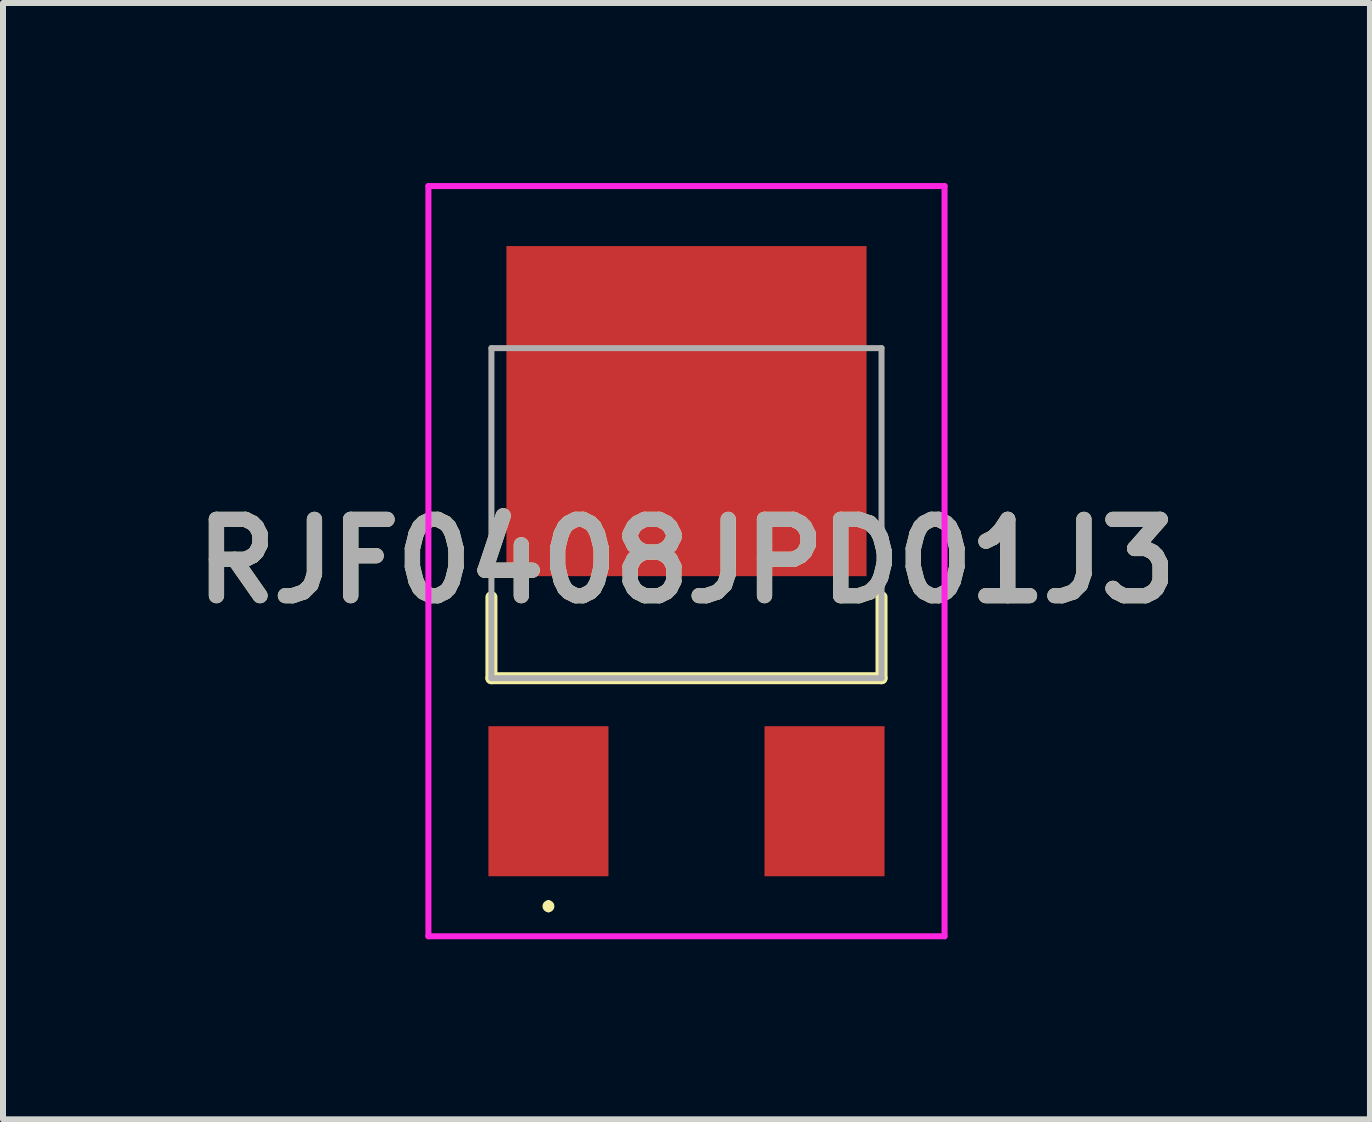
<source format=kicad_pcb>
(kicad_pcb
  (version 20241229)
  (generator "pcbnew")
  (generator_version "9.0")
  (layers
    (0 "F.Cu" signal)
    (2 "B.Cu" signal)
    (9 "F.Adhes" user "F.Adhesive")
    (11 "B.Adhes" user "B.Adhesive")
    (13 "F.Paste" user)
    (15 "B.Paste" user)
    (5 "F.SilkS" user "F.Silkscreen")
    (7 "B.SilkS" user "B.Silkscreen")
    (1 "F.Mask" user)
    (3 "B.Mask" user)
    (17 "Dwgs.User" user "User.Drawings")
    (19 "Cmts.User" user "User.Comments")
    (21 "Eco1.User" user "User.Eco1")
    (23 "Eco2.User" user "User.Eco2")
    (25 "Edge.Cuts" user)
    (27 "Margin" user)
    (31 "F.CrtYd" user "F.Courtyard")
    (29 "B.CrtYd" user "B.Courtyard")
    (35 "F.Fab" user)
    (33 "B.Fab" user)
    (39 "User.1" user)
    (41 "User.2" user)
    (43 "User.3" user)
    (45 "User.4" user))
  (footprint "RJF0408JPD01J3"
    (layer "F.Cu")
    (at 8.388 5.5)
    (property "Reference" "RJF0408JPD01J3" (at 0 0.8 0) (layer "F.SilkS") (effects (font (size 1.27 1.27) (thickness 0.254))))
    (attr smd)
    (fp_line (start -3.25 1.4) (end -3.25 2.75) (stroke (width 0.2) (type solid)) (layer "F.SilkS"))
    (fp_line (start -3.25 2.75) (end 3.25 2.75) (stroke (width 0.2) (type solid)) (layer "F.SilkS"))
    (fp_line (start -2.3 6.5) (end -2.3 6.5) (stroke (width 0.1) (type solid)) (layer "F.SilkS"))
    (fp_line (start -2.3 6.6) (end -2.3 6.6) (stroke (width 0.1) (type solid)) (layer "F.SilkS"))
    (fp_line (start 3.25 2.75) (end 3.25 1.4) (stroke (width 0.2) (type solid)) (layer "F.SilkS"))
    (fp_arc (start -2.3 6.5) (mid -2.25 6.55) (end -2.3 6.6) (stroke (width 0.1) (type solid)) (layer "F.SilkS"))
    (fp_arc (start -2.3 6.6) (mid -2.35 6.55) (end -2.3 6.5) (stroke (width 0.1) (type solid)) (layer "F.SilkS"))
    (fp_line (start -4.3 -5.45) (end 4.3 -5.45) (stroke (width 0.1) (type solid)) (layer "F.CrtYd"))
    (fp_line (start -4.3 7.05) (end -4.3 -5.45) (stroke (width 0.1) (type solid)) (layer "F.CrtYd"))
    (fp_line (start 4.3 -5.45) (end 4.3 7.05) (stroke (width 0.1) (type solid)) (layer "F.CrtYd"))
    (fp_line (start 4.3 7.05) (end -4.3 7.05) (stroke (width 0.1) (type solid)) (layer "F.CrtYd"))
    (fp_line (start -3.25 -2.75) (end 3.25 -2.75) (stroke (width 0.1) (type solid)) (layer "F.Fab"))
    (fp_line (start -3.25 2.75) (end -3.25 -2.75) (stroke (width 0.1) (type solid)) (layer "F.Fab"))
    (fp_line (start 3.25 -2.75) (end 3.25 2.75) (stroke (width 0.1) (type solid)) (layer "F.Fab"))
    (fp_line (start 3.25 2.75) (end -3.25 2.75) (stroke (width 0.1) (type solid)) (layer "F.Fab"))
    (fp_text user "${REFERENCE}" (at 0 0.8 0) (layer "F.Fab") (effects (font (size 1.27 1.27) (thickness 0.254))))
    (pad "1" smd rect (at -2.3 4.8) (size 2 2.5) (layers "F.Cu" "F.Mask" "F.Paste"))
    (pad "2" smd rect (at 0 -1.7 90) (size 5.5 6) (layers "F.Cu" "F.Mask" "F.Paste"))
    (pad "3" smd rect (at 2.3 4.8) (size 2 2.5) (layers "F.Cu" "F.Mask" "F.Paste")))
  (gr_rect
    (start -3 -3)
    (end 19.776 15.6)
    (stroke (width 0.1) (type default))
    (fill no)
    (layer "Edge.Cuts")))
</source>
